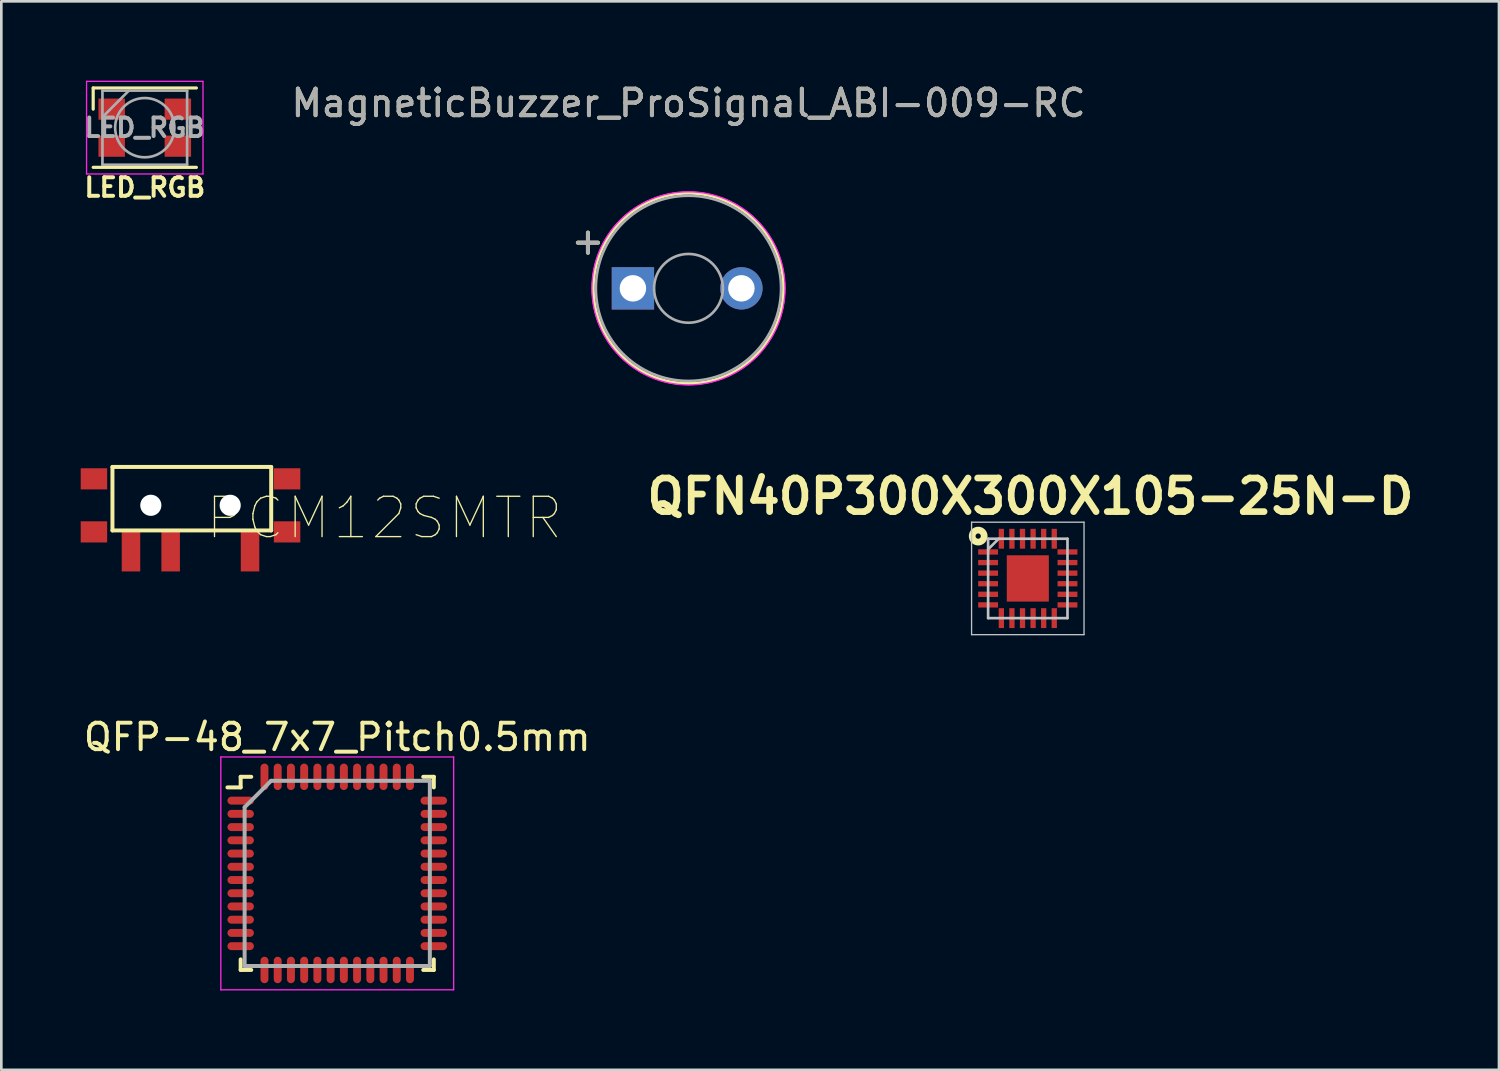
<source format=kicad_pcb>
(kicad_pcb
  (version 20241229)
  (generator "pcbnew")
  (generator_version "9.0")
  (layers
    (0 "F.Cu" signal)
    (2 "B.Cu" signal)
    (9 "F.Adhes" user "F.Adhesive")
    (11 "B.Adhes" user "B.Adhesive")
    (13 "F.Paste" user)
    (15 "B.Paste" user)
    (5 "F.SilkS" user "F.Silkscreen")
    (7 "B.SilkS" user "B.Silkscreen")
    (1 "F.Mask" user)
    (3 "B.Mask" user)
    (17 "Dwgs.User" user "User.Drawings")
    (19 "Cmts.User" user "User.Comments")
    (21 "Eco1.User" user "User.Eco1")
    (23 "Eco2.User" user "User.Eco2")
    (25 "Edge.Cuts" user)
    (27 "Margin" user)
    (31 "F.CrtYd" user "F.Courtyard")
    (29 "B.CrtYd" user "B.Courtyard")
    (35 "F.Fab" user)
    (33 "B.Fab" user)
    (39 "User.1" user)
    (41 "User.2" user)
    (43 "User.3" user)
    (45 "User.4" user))
  (footprint "LED_RGB"
    (layer "F.Cu")
    (at 2.422 1.775)
    (property "Reference" "LED_RGB" (at 0.002 2.259 0) (layer "F.SilkS") (effects (font (size 0.7 0.7) (thickness 0.15))))
    (attr smd)
    (fp_line (start -1.95 -1.5) (end 1.95 -1.5) (stroke (width 0.12) (type solid)) (layer "F.SilkS"))
    (fp_line (start -1.95 -0.7) (end -1.95 -1.5) (stroke (width 0.12) (type solid)) (layer "F.SilkS"))
    (fp_line (start -1.95 1.5) (end 1.95 1.5) (stroke (width 0.12) (type solid)) (layer "F.SilkS"))
    (fp_line (start -2.2 -1.75) (end -2.2 1.75) (stroke (width 0.05) (type solid)) (layer "F.CrtYd"))
    (fp_line (start -2.2 1.75) (end 2.2 1.75) (stroke (width 0.05) (type solid)) (layer "F.CrtYd"))
    (fp_line (start 2.2 -1.75) (end -2.2 -1.75) (stroke (width 0.05) (type solid)) (layer "F.CrtYd"))
    (fp_line (start 2.2 1.75) (end 2.2 -1.75) (stroke (width 0.05) (type solid)) (layer "F.CrtYd"))
    (fp_line (start -1.6 -1.4) (end -1.6 1.4) (stroke (width 0.1) (type solid)) (layer "F.Fab"))
    (fp_line (start -1.6 1.4) (end 1.6 1.4) (stroke (width 0.1) (type solid)) (layer "F.Fab"))
    (fp_line (start -0.6 -1.4) (end -1.6 -0.4) (stroke (width 0.1) (type solid)) (layer "F.Fab"))
    (fp_line (start 1.6 -1.4) (end -1.6 -1.4) (stroke (width 0.1) (type solid)) (layer "F.Fab"))
    (fp_line (start 1.6 1.4) (end 1.6 -1.4) (stroke (width 0.1) (type solid)) (layer "F.Fab"))
    (fp_circle (center 0 0) (end 1.12 0) (stroke (width 0.1) (type solid)) (fill no) (layer "F.Fab"))
    (fp_text user "${REFERENCE}" (at 0 0 0) (layer "F.Fab") (effects (font (size 0.7 0.7) (thickness 0.15))))
    (pad "1" smd rect (at -1.25 -0.7) (size 1 0.8) (layers "F.Cu" "F.Mask" "F.Paste"))
    (pad "2" smd rect (at 1.25 -0.7) (size 1 0.8) (layers "F.Cu" "F.Mask" "F.Paste"))
    (pad "3" smd rect (at 1.25 0.7) (size 1 0.8) (layers "F.Cu" "F.Mask" "F.Paste"))
    (pad "4" smd rect (at -1.25 0.7) (size 1 0.8) (layers "F.Cu" "F.Mask" "F.Paste")))
  (footprint "MagneticBuzzer_ProSignal_ABI-009-RC"
    (layer "F.Cu")
    (at 19.171 7.848)
    (property "Reference" "MagneticBuzzer_ProSignal_ABI-009-RC" (at 3.8 -7 0) (layer "F.SilkS") (effects (font (size 1 1) (thickness 0.15))))
    (attr through_hole)
    (fp_circle (center 3.8 0) (end 7.4 0) (stroke (width 0.12) (type solid)) (fill no) (layer "F.SilkS"))
    (fp_circle (center 3.8 0) (end 7.45 0) (stroke (width 0.05) (type solid)) (fill no) (layer "F.CrtYd"))
    (fp_circle (center 3.8 0) (end 5.1 0) (stroke (width 0.1) (type solid)) (fill no) (layer "F.Fab"))
    (fp_circle (center 3.8 0) (end 7.3 0) (stroke (width 0.1) (type solid)) (fill no) (layer "F.Fab"))
    (fp_text user "+" (at 0 -1.8 0) (layer "F.SilkS") (effects (font (size 1 1) (thickness 0.15))))
    (fp_text user "${REFERENCE}" (at 3.8 -7 0) (layer "F.Fab") (effects (font (size 1 1) (thickness 0.15))))
    (fp_text user "+" (at 0 -1.8 0) (layer "F.Fab") (effects (font (size 1 1) (thickness 0.15))))
    (pad "1" thru_hole rect (at 1.7 0) (size 1.6 1.6) (drill 1) (layers "*.Cu" "*.Mask"))
    (pad "2" thru_hole circle (at 5.8 0) (size 1.6 1.6) (drill 1) (layers "*.Cu" "*.Mask")))
  (footprint "PCM12SMTR"
    (layer "F.Cu")
    (at 6.4 17.798)
    (property "Reference" "PCM12SMTR" (at 5.08 -1.27 0) (layer "F.SilkS") (effects (font (size 1.524 1.524) (thickness 0.05))))
    (attr smd)
    (fp_line (start -5.2 -3.2) (end -5.2 -0.8) (stroke (width 0.15) (type solid)) (layer "F.SilkS"))
    (fp_line (start -5.2 -0.8) (end 0.8 -0.8) (stroke (width 0.15) (type solid)) (layer "F.SilkS"))
    (fp_line (start 0.8 -3.2) (end -5.2 -3.2) (stroke (width 0.15) (type solid)) (layer "F.SilkS"))
    (fp_line (start 0.8 -0.8) (end 0.8 -3.2) (stroke (width 0.15) (type solid)) (layer "F.SilkS"))
    (pad "" np_thru_hole circle (at -3.75 -1.75 180) (size 0.8 0.8) (drill 0.8) (layers "*.Cu" "*.Mask"))
    (pad "" np_thru_hole circle (at -0.75 -1.75 180) (size 0.8 0.8) (drill 0.8) (layers "*.Cu" "*.Mask"))
    (pad "1" smd rect (at 0 0 180) (size 0.7 1.5) (layers "F.Cu" "F.Mask" "F.Paste"))
    (pad "2" smd rect (at -3 0 180) (size 0.7 1.5) (layers "F.Cu" "F.Mask" "F.Paste"))
    (pad "3" smd rect (at -4.5 0 180) (size 0.7 1.5) (layers "F.Cu" "F.Mask" "F.Paste"))
    (pad "4" smd rect (at -5.9 -2.75 180) (size 1 0.8) (layers "F.Cu" "B.Mask" "F.Paste"))
    (pad "4" smd rect (at -5.9 -0.745 180) (size 1 0.8) (layers "F.Cu" "F.Mask" "F.Paste"))
    (pad "4" smd rect (at 1.4 -2.75 180) (size 1 0.8) (layers "F.Cu" "F.Mask" "F.Paste"))
    (pad "4" smd rect (at 1.4 -0.745 180) (size 1 0.8) (layers "F.Cu" "F.Mask" "F.Paste")))
  (footprint "QFN40P300X300X105-25N-D"
    (layer "F.Cu")
    (at 35.796 18.812)
    (property "Reference" "QFN40P300X300X105-25N-D" (at 0.1 -3.1 0) (layer "F.SilkS") (effects (font (size 1.27 1.27) (thickness 0.254))))
    (attr smd)
    (fp_circle (center -1.875 -1.6) (end -1.775 -1.6) (stroke (width 0.254) (type solid)) (fill no) (layer "F.SilkS"))
    (fp_line (start -2.125 -2.125) (end 2.125 -2.125) (stroke (width 0.05) (type solid)) (layer "Dwgs.User"))
    (fp_line (start -2.125 2.125) (end -2.125 -2.125) (stroke (width 0.05) (type solid)) (layer "Dwgs.User"))
    (fp_line (start -1.5 -1.5) (end 1.5 -1.5) (stroke (width 0.1) (type solid)) (layer "Dwgs.User"))
    (fp_line (start -1.5 -1.1) (end -1.1 -1.5) (stroke (width 0.1) (type solid)) (layer "Dwgs.User"))
    (fp_line (start -1.5 1.5) (end -1.5 -1.5) (stroke (width 0.1) (type solid)) (layer "Dwgs.User"))
    (fp_line (start 1.5 -1.5) (end 1.5 1.5) (stroke (width 0.1) (type solid)) (layer "Dwgs.User"))
    (fp_line (start 1.5 1.5) (end -1.5 1.5) (stroke (width 0.1) (type solid)) (layer "Dwgs.User"))
    (fp_line (start 2.125 -2.125) (end 2.125 2.125) (stroke (width 0.05) (type solid)) (layer "Dwgs.User"))
    (fp_line (start 2.125 2.125) (end -2.125 2.125) (stroke (width 0.05) (type solid)) (layer "Dwgs.User"))
    (pad "1" smd rect (at -1.5 -1 90) (size 0.2 0.75) (layers "F.Cu" "F.Mask" "F.Paste"))
    (pad "2" smd rect (at -1.5 -0.6 90) (size 0.2 0.75) (layers "F.Cu" "F.Mask" "F.Paste"))
    (pad "3" smd rect (at -1.5 -0.2 90) (size 0.2 0.75) (layers "F.Cu" "F.Mask" "F.Paste"))
    (pad "4" smd rect (at -1.5 0.2 90) (size 0.2 0.75) (layers "F.Cu" "F.Mask" "F.Paste"))
    (pad "5" smd rect (at -1.5 0.6 90) (size 0.2 0.75) (layers "F.Cu" "F.Mask" "F.Paste"))
    (pad "6" smd rect (at -1.5 1 90) (size 0.2 0.75) (layers "F.Cu" "F.Mask" "F.Paste"))
    (pad "7" smd rect (at -1 1.5) (size 0.2 0.75) (layers "F.Cu" "F.Mask" "F.Paste"))
    (pad "8" smd rect (at -0.6 1.5) (size 0.2 0.75) (layers "F.Cu" "F.Mask" "F.Paste"))
    (pad "9" smd rect (at -0.2 1.5) (size 0.2 0.75) (layers "F.Cu" "F.Mask" "F.Paste"))
    (pad "10" smd rect (at 0.2 1.5) (size 0.2 0.75) (layers "F.Cu" "F.Mask" "F.Paste"))
    (pad "11" smd rect (at 0.6 1.5) (size 0.2 0.75) (layers "F.Cu" "F.Mask" "F.Paste"))
    (pad "12" smd rect (at 1 1.5) (size 0.2 0.75) (layers "F.Cu" "F.Mask" "F.Paste"))
    (pad "13" smd rect (at 1.5 1 90) (size 0.2 0.75) (layers "F.Cu" "F.Mask" "F.Paste"))
    (pad "14" smd rect (at 1.5 0.6 90) (size 0.2 0.75) (layers "F.Cu" "F.Mask" "F.Paste"))
    (pad "15" smd rect (at 1.5 0.2 90) (size 0.2 0.75) (layers "F.Cu" "F.Mask" "F.Paste"))
    (pad "16" smd rect (at 1.5 -0.2 90) (size 0.2 0.75) (layers "F.Cu" "F.Mask" "F.Paste"))
    (pad "17" smd rect (at 1.5 -0.6 90) (size 0.2 0.75) (layers "F.Cu" "F.Mask" "F.Paste"))
    (pad "18" smd rect (at 1.5 -1 90) (size 0.2 0.75) (layers "F.Cu" "F.Mask" "F.Paste"))
    (pad "19" smd rect (at 1 -1.5) (size 0.2 0.75) (layers "F.Cu" "F.Mask" "F.Paste"))
    (pad "20" smd rect (at 0.6 -1.5) (size 0.2 0.75) (layers "F.Cu" "F.Mask" "F.Paste"))
    (pad "21" smd rect (at 0.2 -1.5) (size 0.2 0.75) (layers "F.Cu" "F.Mask" "F.Paste"))
    (pad "22" smd rect (at -0.2 -1.5) (size 0.2 0.75) (layers "F.Cu" "F.Mask" "F.Paste"))
    (pad "23" smd rect (at -0.6 -1.5) (size 0.2 0.75) (layers "F.Cu" "F.Mask" "F.Paste"))
    (pad "24" smd rect (at -1 -1.5) (size 0.2 0.75) (layers "F.Cu" "F.Mask" "F.Paste"))
    (pad "25" smd rect (at 0 0) (size 1.59 1.75) (layers "F.Cu" "F.Mask" "F.Paste")))
  (footprint "QFP-48_7x7_Pitch0.5mm"
    (layer "F.Cu")
    (at 9.696 29.96)
    (property "Reference" "QFP-48_7x7_Pitch0.5mm" (at 0 -5.15 0) (layer "F.SilkS") (effects (font (size 1 1) (thickness 0.15))))
    (attr smd)
    (fp_line (start -3.65 -3.65) (end -3.65 -3.25) (stroke (width 0.15) (type solid)) (layer "F.SilkS"))
    (fp_line (start -3.65 -3.25) (end -4.15 -3.25) (stroke (width 0.15) (type solid)) (layer "F.SilkS"))
    (fp_line (start -3.65 3.65) (end -3.65 3.25) (stroke (width 0.15) (type solid)) (layer "F.SilkS"))
    (fp_line (start -3.25 -3.65) (end -3.65 -3.65) (stroke (width 0.15) (type solid)) (layer "F.SilkS"))
    (fp_line (start -3.25 3.65) (end -3.65 3.65) (stroke (width 0.15) (type solid)) (layer "F.SilkS"))
    (fp_line (start 3.25 -3.65) (end 3.65 -3.65) (stroke (width 0.15) (type solid)) (layer "F.SilkS"))
    (fp_line (start 3.25 3.65) (end 3.65 3.65) (stroke (width 0.15) (type solid)) (layer "F.SilkS"))
    (fp_line (start 3.65 -3.65) (end 3.65 -3.25) (stroke (width 0.15) (type solid)) (layer "F.SilkS"))
    (fp_line (start 3.65 3.65) (end 3.65 3.25) (stroke (width 0.15) (type solid)) (layer "F.SilkS"))
    (fp_line (start -4.4 -4.4) (end 4.4 -4.4) (stroke (width 0.05) (type solid)) (layer "F.CrtYd"))
    (fp_line (start -4.4 4.4) (end -4.4 -4.4) (stroke (width 0.05) (type solid)) (layer "F.CrtYd"))
    (fp_line (start 4.4 -4.4) (end 4.4 4.4) (stroke (width 0.05) (type solid)) (layer "F.CrtYd"))
    (fp_line (start 4.4 4.4) (end -4.4 4.4) (stroke (width 0.05) (type solid)) (layer "F.CrtYd"))
    (fp_line (start -3.5 -2.5) (end -3.5 3.5) (stroke (width 0.15) (type solid)) (layer "F.Fab"))
    (fp_line (start -3.5 3.5) (end 3.5 3.5) (stroke (width 0.15) (type solid)) (layer "F.Fab"))
    (fp_line (start -2.5 -3.5) (end -3.5 -2.5) (stroke (width 0.15) (type solid)) (layer "F.Fab"))
    (fp_line (start 3.5 -3.5) (end -2.5 -3.5) (stroke (width 0.15) (type solid)) (layer "F.Fab"))
    (fp_line (start 3.5 3.5) (end 3.5 -3.5) (stroke (width 0.15) (type solid)) (layer "F.Fab"))
    (pad "1" smd oval (at -3.65 -2.75 90) (size 0.3 1) (layers "F.Cu" "F.Mask" "F.Paste"))
    (pad "2" smd oval (at -3.65 -2.25 90) (size 0.3 1) (layers "F.Cu" "F.Mask" "F.Paste"))
    (pad "3" smd oval (at -3.65 -1.75 90) (size 0.3 1) (layers "F.Cu" "F.Mask" "F.Paste"))
    (pad "4" smd oval (at -3.65 -1.25 90) (size 0.3 1) (layers "F.Cu" "F.Mask" "F.Paste"))
    (pad "5" smd oval (at -3.65 -0.75 90) (size 0.3 1) (layers "F.Cu" "F.Mask" "F.Paste"))
    (pad "6" smd oval (at -3.65 -0.25 90) (size 0.3 1) (layers "F.Cu" "F.Mask" "F.Paste"))
    (pad "7" smd oval (at -3.65 0.25 90) (size 0.3 1) (layers "F.Cu" "F.Mask" "F.Paste"))
    (pad "8" smd oval (at -3.65 0.75 90) (size 0.3 1) (layers "F.Cu" "F.Mask" "F.Paste"))
    (pad "9" smd oval (at -3.65 1.25 90) (size 0.3 1) (layers "F.Cu" "F.Mask" "F.Paste"))
    (pad "10" smd oval (at -3.65 1.75 90) (size 0.3 1) (layers "F.Cu" "F.Mask" "F.Paste"))
    (pad "11" smd oval (at -3.65 2.25 90) (size 0.3 1) (layers "F.Cu" "F.Mask" "F.Paste"))
    (pad "12" smd oval (at -3.65 2.75 90) (size 0.3 1) (layers "F.Cu" "F.Mask" "F.Paste"))
    (pad "13" smd oval (at -2.75 3.65) (size 0.3 1) (layers "F.Cu" "F.Mask" "F.Paste"))
    (pad "14" smd oval (at -2.25 3.65) (size 0.3 1) (layers "F.Cu" "F.Mask" "F.Paste"))
    (pad "15" smd oval (at -1.75 3.65) (size 0.3 1) (layers "F.Cu" "F.Mask" "F.Paste"))
    (pad "16" smd oval (at -1.25 3.65) (size 0.3 1) (layers "F.Cu" "F.Mask" "F.Paste"))
    (pad "17" smd oval (at -0.75 3.65) (size 0.3 1) (layers "F.Cu" "F.Mask" "F.Paste"))
    (pad "18" smd oval (at -0.25 3.65) (size 0.3 1) (layers "F.Cu" "F.Mask" "F.Paste"))
    (pad "19" smd oval (at 0.25 3.65) (size 0.3 1) (layers "F.Cu" "F.Mask" "F.Paste"))
    (pad "20" smd oval (at 0.75 3.65) (size 0.3 1) (layers "F.Cu" "F.Mask" "F.Paste"))
    (pad "21" smd oval (at 1.25 3.65) (size 0.3 1) (layers "F.Cu" "F.Mask" "F.Paste"))
    (pad "22" smd oval (at 1.75 3.65) (size 0.3 1) (layers "F.Cu" "F.Mask" "F.Paste"))
    (pad "23" smd oval (at 2.25 3.65) (size 0.3 1) (layers "F.Cu" "F.Mask" "F.Paste"))
    (pad "24" smd oval (at 2.75 3.65) (size 0.3 1) (layers "F.Cu" "F.Mask" "F.Paste"))
    (pad "25" smd oval (at 3.65 2.75 90) (size 0.3 1) (layers "F.Cu" "F.Mask" "F.Paste"))
    (pad "26" smd oval (at 3.65 2.25 90) (size 0.3 1) (layers "F.Cu" "F.Mask" "F.Paste"))
    (pad "27" smd oval (at 3.65 1.75 90) (size 0.3 1) (layers "F.Cu" "F.Mask" "F.Paste"))
    (pad "28" smd oval (at 3.65 1.25 90) (size 0.3 1) (layers "F.Cu" "F.Mask" "F.Paste"))
    (pad "29" smd oval (at 3.65 0.75 90) (size 0.3 1) (layers "F.Cu" "F.Mask" "F.Paste"))
    (pad "30" smd oval (at 3.65 0.25 90) (size 0.3 1) (layers "F.Cu" "F.Mask" "F.Paste"))
    (pad "31" smd oval (at 3.65 -0.25 90) (size 0.3 1) (layers "F.Cu" "F.Mask" "F.Paste"))
    (pad "32" smd oval (at 3.65 -0.75 90) (size 0.3 1) (layers "F.Cu" "F.Mask" "F.Paste"))
    (pad "33" smd oval (at 3.65 -1.25 90) (size 0.3 1) (layers "F.Cu" "F.Mask" "F.Paste"))
    (pad "34" smd oval (at 3.65 -1.75 90) (size 0.3 1) (layers "F.Cu" "F.Mask" "F.Paste"))
    (pad "35" smd oval (at 3.65 -2.25 90) (size 0.3 1) (layers "F.Cu" "F.Mask" "F.Paste"))
    (pad "36" smd oval (at 3.65 -2.75 90) (size 0.3 1) (layers "F.Cu" "F.Mask" "F.Paste"))
    (pad "37" smd oval (at 2.75 -3.65) (size 0.3 1) (layers "F.Cu" "F.Mask" "F.Paste"))
    (pad "38" smd oval (at 2.25 -3.65) (size 0.3 1) (layers "F.Cu" "F.Mask" "F.Paste"))
    (pad "39" smd oval (at 1.75 -3.65) (size 0.3 1) (layers "F.Cu" "F.Mask" "F.Paste"))
    (pad "40" smd oval (at 1.25 -3.65) (size 0.3 1) (layers "F.Cu" "F.Mask" "F.Paste"))
    (pad "41" smd oval (at 0.75 -3.65) (size 0.3 1) (layers "F.Cu" "F.Mask" "F.Paste"))
    (pad "42" smd oval (at 0.25 -3.65) (size 0.3 1) (layers "F.Cu" "F.Mask" "F.Paste"))
    (pad "43" smd oval (at -0.25 -3.65) (size 0.3 1) (layers "F.Cu" "F.Mask" "F.Paste"))
    (pad "44" smd oval (at -0.75 -3.65) (size 0.3 1) (layers "F.Cu" "F.Mask" "F.Paste"))
    (pad "45" smd oval (at -1.25 -3.65) (size 0.3 1) (layers "F.Cu" "F.Mask" "F.Paste"))
    (pad "46" smd oval (at -1.75 -3.65) (size 0.3 1) (layers "F.Cu" "F.Mask" "F.Paste"))
    (pad "47" smd oval (at -2.25 -3.65) (size 0.3 1) (layers "F.Cu" "F.Mask" "F.Paste"))
    (pad "48" smd oval (at -2.75 -3.65) (size 0.3 1) (layers "F.Cu" "F.Mask" "F.Paste")))
  (gr_rect
    (start -3 -3)
    (end 53.604 37.385)
    (stroke (width 0.1) (type default))
    (fill no)
    (layer "Edge.Cuts")))
</source>
